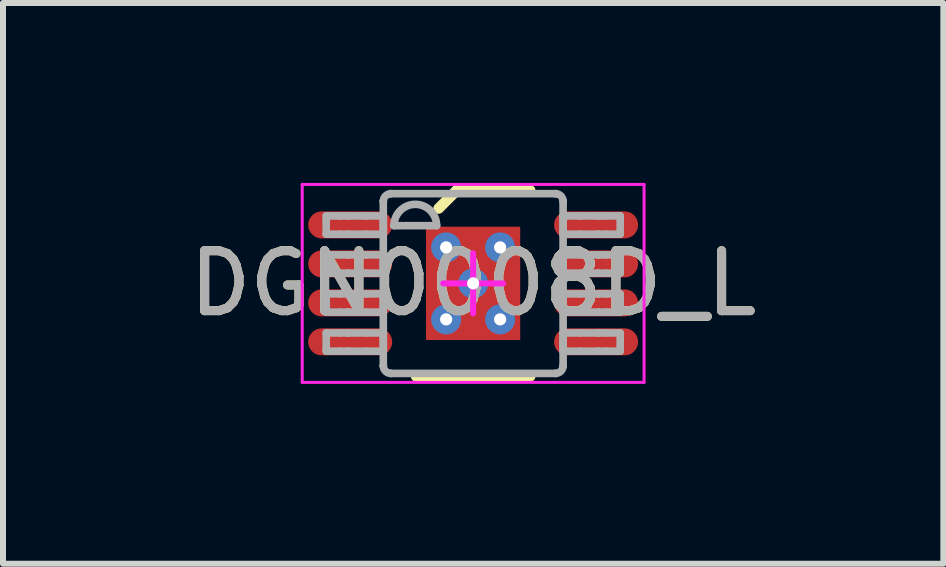
<source format=kicad_pcb>
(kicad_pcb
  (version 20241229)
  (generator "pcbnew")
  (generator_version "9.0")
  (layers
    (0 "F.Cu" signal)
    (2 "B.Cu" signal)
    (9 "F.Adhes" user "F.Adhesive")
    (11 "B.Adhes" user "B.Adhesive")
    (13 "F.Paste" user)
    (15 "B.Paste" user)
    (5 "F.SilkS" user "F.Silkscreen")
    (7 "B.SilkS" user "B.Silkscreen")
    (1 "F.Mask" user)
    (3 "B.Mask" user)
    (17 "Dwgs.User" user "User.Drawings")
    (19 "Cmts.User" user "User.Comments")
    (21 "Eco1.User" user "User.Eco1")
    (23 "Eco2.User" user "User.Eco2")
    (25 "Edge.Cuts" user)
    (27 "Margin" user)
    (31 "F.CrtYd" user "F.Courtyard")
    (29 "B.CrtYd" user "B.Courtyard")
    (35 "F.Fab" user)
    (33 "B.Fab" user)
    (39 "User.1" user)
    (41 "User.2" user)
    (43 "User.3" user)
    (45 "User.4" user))
  (footprint "DGN0008D_L"
    (layer "F.Cu")
    (at 4.839 1.675)
    (property "Reference" "DGN0008D_L" (at 0 0 0) (unlocked yes) (layer "F.SilkS") (effects (font (size 1 1) (thickness 0.15))))
    (attr smd)
    (fp_line (start -0.95 1.55) (end 0.95 1.55) (stroke (width 0.178) (type solid)) (layer "F.SilkS"))
    (fp_line (start -0.575 -1.25) (end -0.275 -1.55) (stroke (width 0.178) (type solid)) (layer "F.SilkS"))
    (fp_line (start -0.275 -1.55) (end 0.95 -1.55) (stroke (width 0.178) (type solid)) (layer "F.SilkS"))
    (fp_line (start -2.85 -1.65) (end 2.85 -1.65) (stroke (width 0.05) (type solid)) (layer "F.CrtYd"))
    (fp_line (start -2.85 1.65) (end -2.85 -1.65) (stroke (width 0.05) (type solid)) (layer "F.CrtYd"))
    (fp_line (start -2.85 1.65) (end 2.85 1.65) (stroke (width 0.05) (type solid)) (layer "F.CrtYd"))
    (fp_line (start -0.5 -0.000003) (end 0.5 -0.000003) (stroke (width 0.1) (type solid)) (layer "F.CrtYd"))
    (fp_line (start 0.000003 0.5) (end 0.000003 -0.5) (stroke (width 0.1) (type solid)) (layer "F.CrtYd"))
    (fp_line (start 2.85 1.65) (end 2.85 -1.65) (stroke (width 0.05) (type solid)) (layer "F.CrtYd"))
    (fp_line (start -2.45 -1.125) (end -2.21 -1.125) (stroke (width 0.127) (type solid)) (layer "F.Fab"))
    (fp_line (start -2.45 -0.82) (end -2.45 -1.125) (stroke (width 0.127) (type solid)) (layer "F.Fab"))
    (fp_line (start -2.45 -0.82) (end -2.21 -0.82) (stroke (width 0.127) (type solid)) (layer "F.Fab"))
    (fp_line (start -2.45 -0.475) (end -2.21 -0.475) (stroke (width 0.127) (type solid)) (layer "F.Fab"))
    (fp_line (start -2.45 -0.17) (end -2.45 -0.475) (stroke (width 0.127) (type solid)) (layer "F.Fab"))
    (fp_line (start -2.45 -0.17) (end -2.21 -0.17) (stroke (width 0.127) (type solid)) (layer "F.Fab"))
    (fp_line (start -2.45 0.175) (end -2.21 0.175) (stroke (width 0.127) (type solid)) (layer "F.Fab"))
    (fp_line (start -2.45 0.48) (end -2.45 0.175) (stroke (width 0.127) (type solid)) (layer "F.Fab"))
    (fp_line (start -2.45 0.48) (end -2.21 0.48) (stroke (width 0.127) (type solid)) (layer "F.Fab"))
    (fp_line (start -2.45 0.826) (end -2.21 0.826) (stroke (width 0.127) (type solid)) (layer "F.Fab"))
    (fp_line (start -2.45 1.131) (end -2.45 0.826) (stroke (width 0.127) (type solid)) (layer "F.Fab"))
    (fp_line (start -2.45 1.131) (end -2.21 1.131) (stroke (width 0.127) (type solid)) (layer "F.Fab"))
    (fp_line (start -2.21 -1.125) (end -2.09 -1.125) (stroke (width 0.127) (type solid)) (layer "F.Fab"))
    (fp_line (start -2.21 -0.82) (end -2.09 -0.82) (stroke (width 0.127) (type solid)) (layer "F.Fab"))
    (fp_line (start -2.21 -0.475) (end -2.09 -0.475) (stroke (width 0.127) (type solid)) (layer "F.Fab"))
    (fp_line (start -2.21 -0.17) (end -2.09 -0.17) (stroke (width 0.127) (type solid)) (layer "F.Fab"))
    (fp_line (start -2.21 0.175) (end -2.09 0.175) (stroke (width 0.127) (type solid)) (layer "F.Fab"))
    (fp_line (start -2.21 0.48) (end -2.09 0.48) (stroke (width 0.127) (type solid)) (layer "F.Fab"))
    (fp_line (start -2.21 0.826) (end -2.09 0.826) (stroke (width 0.127) (type solid)) (layer "F.Fab"))
    (fp_line (start -2.21 1.131) (end -2.09 1.131) (stroke (width 0.127) (type solid)) (layer "F.Fab"))
    (fp_line (start -2.09 -1.125) (end -2.087 -1.125) (stroke (width 0.127) (type solid)) (layer "F.Fab"))
    (fp_line (start -2.09 -0.82) (end -2.087 -0.82) (stroke (width 0.127) (type solid)) (layer "F.Fab"))
    (fp_line (start -2.09 -0.475) (end -2.087 -0.475) (stroke (width 0.127) (type solid)) (layer "F.Fab"))
    (fp_line (start -2.09 -0.17) (end -2.087 -0.17) (stroke (width 0.127) (type solid)) (layer "F.Fab"))
    (fp_line (start -2.09 0.175) (end -2.087 0.175) (stroke (width 0.127) (type solid)) (layer "F.Fab"))
    (fp_line (start -2.09 0.48) (end -2.087 0.48) (stroke (width 0.127) (type solid)) (layer "F.Fab"))
    (fp_line (start -2.09 0.826) (end -2.087 0.826) (stroke (width 0.127) (type solid)) (layer "F.Fab"))
    (fp_line (start -2.09 1.131) (end -2.087 1.131) (stroke (width 0.127) (type solid)) (layer "F.Fab"))
    (fp_line (start -2.087 -1.125) (end -1.784 -1.125) (stroke (width 0.127) (type solid)) (layer "F.Fab"))
    (fp_line (start -2.087 -0.82) (end -1.784 -0.82) (stroke (width 0.127) (type solid)) (layer "F.Fab"))
    (fp_line (start -2.087 -0.475) (end -1.784 -0.475) (stroke (width 0.127) (type solid)) (layer "F.Fab"))
    (fp_line (start -2.087 -0.17) (end -1.784 -0.17) (stroke (width 0.127) (type solid)) (layer "F.Fab"))
    (fp_line (start -2.087 0.175) (end -1.784 0.175) (stroke (width 0.127) (type solid)) (layer "F.Fab"))
    (fp_line (start -2.087 0.48) (end -1.784 0.48) (stroke (width 0.127) (type solid)) (layer "F.Fab"))
    (fp_line (start -2.087 0.826) (end -1.784 0.826) (stroke (width 0.127) (type solid)) (layer "F.Fab"))
    (fp_line (start -2.087 1.131) (end -1.784 1.131) (stroke (width 0.127) (type solid)) (layer "F.Fab"))
    (fp_line (start -1.784 -1.125) (end -1.498 -1.125) (stroke (width 0.127) (type solid)) (layer "F.Fab"))
    (fp_line (start -1.784 -0.82) (end -1.498 -0.82) (stroke (width 0.127) (type solid)) (layer "F.Fab"))
    (fp_line (start -1.784 -0.475) (end -1.498 -0.475) (stroke (width 0.127) (type solid)) (layer "F.Fab"))
    (fp_line (start -1.784 -0.17) (end -1.498 -0.17) (stroke (width 0.127) (type solid)) (layer "F.Fab"))
    (fp_line (start -1.784 0.175) (end -1.498 0.175) (stroke (width 0.127) (type solid)) (layer "F.Fab"))
    (fp_line (start -1.784 0.48) (end -1.498 0.48) (stroke (width 0.127) (type solid)) (layer "F.Fab"))
    (fp_line (start -1.784 0.826) (end -1.498 0.826) (stroke (width 0.127) (type solid)) (layer "F.Fab"))
    (fp_line (start -1.784 1.131) (end -1.498 1.131) (stroke (width 0.127) (type solid)) (layer "F.Fab"))
    (fp_line (start -1.498 -1.369) (end -1.497 -1.372) (stroke (width 0.127) (type solid)) (layer "F.Fab"))
    (fp_line (start -1.498 -0.82) (end -1.498 -1.125) (stroke (width 0.127) (type solid)) (layer "F.Fab"))
    (fp_line (start -1.498 -0.17) (end -1.498 -0.475) (stroke (width 0.127) (type solid)) (layer "F.Fab"))
    (fp_line (start -1.498 0.48) (end -1.498 0.175) (stroke (width 0.127) (type solid)) (layer "F.Fab"))
    (fp_line (start -1.498 1.131) (end -1.498 0.826) (stroke (width 0.127) (type solid)) (layer "F.Fab"))
    (fp_line (start -1.498 1.374) (end -1.498 -1.369) (stroke (width 0.127) (type solid)) (layer "F.Fab"))
    (fp_line (start -1.498 1.374) (end -1.497 1.377) (stroke (width 0.127) (type solid)) (layer "F.Fab"))
    (fp_line (start -1.373 -1.496) (end -1.371 -1.496) (stroke (width 0.127) (type solid)) (layer "F.Fab"))
    (fp_line (start -1.373 1.501) (end -1.371 1.501) (stroke (width 0.127) (type solid)) (layer "F.Fab"))
    (fp_line (start -1.371 -1.496) (end 1.373 -1.496) (stroke (width 0.127) (type solid)) (layer "F.Fab"))
    (fp_line (start -1.371 1.501) (end 1.373 1.501) (stroke (width 0.127) (type solid)) (layer "F.Fab"))
    (fp_line (start -1.32 -0.962) (end -0.609 -0.962) (stroke (width 0.127) (type solid)) (layer "F.Fab"))
    (fp_line (start 1.373 -1.496) (end 1.375 -1.496) (stroke (width 0.127) (type solid)) (layer "F.Fab"))
    (fp_line (start 1.373 1.501) (end 1.375 1.501) (stroke (width 0.127) (type solid)) (layer "F.Fab"))
    (fp_line (start 1.5 -1.372) (end 1.5 -1.369) (stroke (width 0.127) (type solid)) (layer "F.Fab"))
    (fp_line (start 1.5 1.377) (end 1.5 1.374) (stroke (width 0.127) (type solid)) (layer "F.Fab"))
    (fp_line (start 1.5 -1.125) (end 1.786 -1.125) (stroke (width 0.127) (type solid)) (layer "F.Fab"))
    (fp_line (start 1.5 -0.82) (end 1.5 -1.125) (stroke (width 0.127) (type solid)) (layer "F.Fab"))
    (fp_line (start 1.5 -0.82) (end 1.786 -0.82) (stroke (width 0.127) (type solid)) (layer "F.Fab"))
    (fp_line (start 1.5 -0.475) (end 1.786 -0.475) (stroke (width 0.127) (type solid)) (layer "F.Fab"))
    (fp_line (start 1.5 -0.17) (end 1.5 -0.475) (stroke (width 0.127) (type solid)) (layer "F.Fab"))
    (fp_line (start 1.5 -0.17) (end 1.786 -0.17) (stroke (width 0.127) (type solid)) (layer "F.Fab"))
    (fp_line (start 1.5 0.175) (end 1.786 0.175) (stroke (width 0.127) (type solid)) (layer "F.Fab"))
    (fp_line (start 1.5 0.48) (end 1.5 0.175) (stroke (width 0.127) (type solid)) (layer "F.Fab"))
    (fp_line (start 1.5 0.48) (end 1.786 0.48) (stroke (width 0.127) (type solid)) (layer "F.Fab"))
    (fp_line (start 1.5 0.826) (end 1.786 0.826) (stroke (width 0.127) (type solid)) (layer "F.Fab"))
    (fp_line (start 1.5 1.131) (end 1.5 0.826) (stroke (width 0.127) (type solid)) (layer "F.Fab"))
    (fp_line (start 1.5 1.131) (end 1.786 1.131) (stroke (width 0.127) (type solid)) (layer "F.Fab"))
    (fp_line (start 1.5 1.374) (end 1.5 -1.369) (stroke (width 0.127) (type solid)) (layer "F.Fab"))
    (fp_line (start 1.786 -1.125) (end 2.089 -1.125) (stroke (width 0.127) (type solid)) (layer "F.Fab"))
    (fp_line (start 1.786 -0.82) (end 2.089 -0.82) (stroke (width 0.127) (type solid)) (layer "F.Fab"))
    (fp_line (start 1.786 -0.475) (end 2.089 -0.475) (stroke (width 0.127) (type solid)) (layer "F.Fab"))
    (fp_line (start 1.786 -0.17) (end 2.089 -0.17) (stroke (width 0.127) (type solid)) (layer "F.Fab"))
    (fp_line (start 1.786 0.175) (end 2.089 0.175) (stroke (width 0.127) (type solid)) (layer "F.Fab"))
    (fp_line (start 1.786 0.48) (end 2.089 0.48) (stroke (width 0.127) (type solid)) (layer "F.Fab"))
    (fp_line (start 1.786 0.826) (end 2.089 0.826) (stroke (width 0.127) (type solid)) (layer "F.Fab"))
    (fp_line (start 1.786 1.131) (end 2.089 1.131) (stroke (width 0.127) (type solid)) (layer "F.Fab"))
    (fp_line (start 2.089 -1.125) (end 2.093 -1.125) (stroke (width 0.127) (type solid)) (layer "F.Fab"))
    (fp_line (start 2.089 -0.82) (end 2.093 -0.82) (stroke (width 0.127) (type solid)) (layer "F.Fab"))
    (fp_line (start 2.089 -0.475) (end 2.093 -0.475) (stroke (width 0.127) (type solid)) (layer "F.Fab"))
    (fp_line (start 2.089 -0.17) (end 2.093 -0.17) (stroke (width 0.127) (type solid)) (layer "F.Fab"))
    (fp_line (start 2.089 0.175) (end 2.093 0.175) (stroke (width 0.127) (type solid)) (layer "F.Fab"))
    (fp_line (start 2.089 0.48) (end 2.093 0.48) (stroke (width 0.127) (type solid)) (layer "F.Fab"))
    (fp_line (start 2.089 0.826) (end 2.093 0.826) (stroke (width 0.127) (type solid)) (layer "F.Fab"))
    (fp_line (start 2.089 1.131) (end 2.093 1.131) (stroke (width 0.127) (type solid)) (layer "F.Fab"))
    (fp_line (start 2.093 -1.125) (end 2.213 -1.125) (stroke (width 0.127) (type solid)) (layer "F.Fab"))
    (fp_line (start 2.093 -0.82) (end 2.213 -0.82) (stroke (width 0.127) (type solid)) (layer "F.Fab"))
    (fp_line (start 2.093 -0.475) (end 2.213 -0.475) (stroke (width 0.127) (type solid)) (layer "F.Fab"))
    (fp_line (start 2.093 -0.17) (end 2.213 -0.17) (stroke (width 0.127) (type solid)) (layer "F.Fab"))
    (fp_line (start 2.093 0.175) (end 2.213 0.175) (stroke (width 0.127) (type solid)) (layer "F.Fab"))
    (fp_line (start 2.093 0.48) (end 2.213 0.48) (stroke (width 0.127) (type solid)) (layer "F.Fab"))
    (fp_line (start 2.093 0.826) (end 2.213 0.826) (stroke (width 0.127) (type solid)) (layer "F.Fab"))
    (fp_line (start 2.093 1.131) (end 2.213 1.131) (stroke (width 0.127) (type solid)) (layer "F.Fab"))
    (fp_line (start 2.213 -1.125) (end 2.452 -1.125) (stroke (width 0.127) (type solid)) (layer "F.Fab"))
    (fp_line (start 2.213 -0.82) (end 2.452 -0.82) (stroke (width 0.127) (type solid)) (layer "F.Fab"))
    (fp_line (start 2.213 -0.475) (end 2.452 -0.475) (stroke (width 0.127) (type solid)) (layer "F.Fab"))
    (fp_line (start 2.213 -0.17) (end 2.452 -0.17) (stroke (width 0.127) (type solid)) (layer "F.Fab"))
    (fp_line (start 2.213 0.175) (end 2.452 0.175) (stroke (width 0.127) (type solid)) (layer "F.Fab"))
    (fp_line (start 2.213 0.48) (end 2.452 0.48) (stroke (width 0.127) (type solid)) (layer "F.Fab"))
    (fp_line (start 2.213 0.826) (end 2.452 0.826) (stroke (width 0.127) (type solid)) (layer "F.Fab"))
    (fp_line (start 2.213 1.131) (end 2.452 1.131) (stroke (width 0.127) (type solid)) (layer "F.Fab"))
    (fp_line (start 2.452 -0.82) (end 2.452 -1.125) (stroke (width 0.127) (type solid)) (layer "F.Fab"))
    (fp_line (start 2.452 -0.17) (end 2.452 -0.475) (stroke (width 0.127) (type solid)) (layer "F.Fab"))
    (fp_line (start 2.452 0.48) (end 2.452 0.175) (stroke (width 0.127) (type solid)) (layer "F.Fab"))
    (fp_line (start 2.452 1.131) (end 2.452 0.826) (stroke (width 0.127) (type solid)) (layer "F.Fab"))
    (fp_arc (start -1.497476 -1.371582) (mid -1.460306 -1.458644) (end -1.373243 -1.495814) (stroke (width 0.127) (type solid)) (layer "F.Fab"))
    (fp_arc (start -1.373243 1.501336) (mid -1.460306 1.464166) (end -1.497476 1.377104) (stroke (width 0.127) (type solid)) (layer "F.Fab"))
    (fp_arc (start -1.3197 -0.962439) (mid -0.9641 -1.318039) (end -0.6085 -0.962439) (stroke (width 0.127) (type solid)) (layer "F.Fab"))
    (fp_arc (start 1.375443 -1.495814) (mid 1.462505 -1.458644) (end 1.499675 -1.371582) (stroke (width 0.127) (type solid)) (layer "F.Fab"))
    (fp_arc (start 1.499675 1.377104) (mid 1.462505 1.464166) (end 1.375443 1.501336) (stroke (width 0.127) (type solid)) (layer "F.Fab"))
    (fp_text user "${REFERENCE}" (at 0 0 0) (unlocked yes) (layer "F.Fab") (effects (font (size 1 1) (thickness 0.15))))
    (pad "1" smd oval (at -2.05 -0.975 90) (size 0.45 1.4) (layers "F.Cu" "F.Mask" "F.Paste"))
    (pad "2" smd oval (at -2.05 -0.325 90) (size 0.45 1.4) (layers "F.Cu" "F.Mask" "F.Paste"))
    (pad "3" smd oval (at -2.05 0.325 90) (size 0.45 1.4) (layers "F.Cu" "F.Mask" "F.Paste"))
    (pad "4" smd oval (at -2.05 0.975 90) (size 0.45 1.4) (layers "F.Cu" "F.Mask" "F.Paste"))
    (pad "5" smd oval (at 2.05 0.975 90) (size 0.45 1.4) (layers "F.Cu" "F.Mask" "F.Paste"))
    (pad "6" smd oval (at 2.05 0.325 90) (size 0.45 1.4) (layers "F.Cu" "F.Mask" "F.Paste"))
    (pad "7" smd oval (at 2.05 -0.325 90) (size 0.45 1.4) (layers "F.Cu" "F.Mask" "F.Paste"))
    (pad "8" smd oval (at 2.05 -0.975 90) (size 0.45 1.4) (layers "F.Cu" "F.Mask" "F.Paste"))
    (pad "9" smd rect (at 0 0) (size 1.57 1.89) (layers "F.Cu" "F.Mask" "F.Paste"))
    (pad "V" thru_hole circle (at -0.45 -0.6) (size 0.5 0.5) (drill 0.203) (layers "*.Cu" "*.Mask"))
    (pad "V" thru_hole circle (at -0.45 0.6) (size 0.5 0.5) (drill 0.203) (layers "*.Cu" "*.Mask"))
    (pad "V" thru_hole circle (at 0 0) (size 0.5 0.5) (drill 0.203) (layers "*.Cu" "*.Mask"))
    (pad "V" thru_hole circle (at 0.45 -0.6) (size 0.5 0.5) (drill 0.203) (layers "*.Cu" "*.Mask"))
    (pad "V" thru_hole circle (at 0.45 0.6) (size 0.5 0.5) (drill 0.203) (layers "*.Cu" "*.Mask")))
  (gr_rect
    (start -3 -3)
    (end 12.679 6.35)
    (stroke (width 0.1) (type default))
    (fill no)
    (layer "Edge.Cuts")))
</source>
